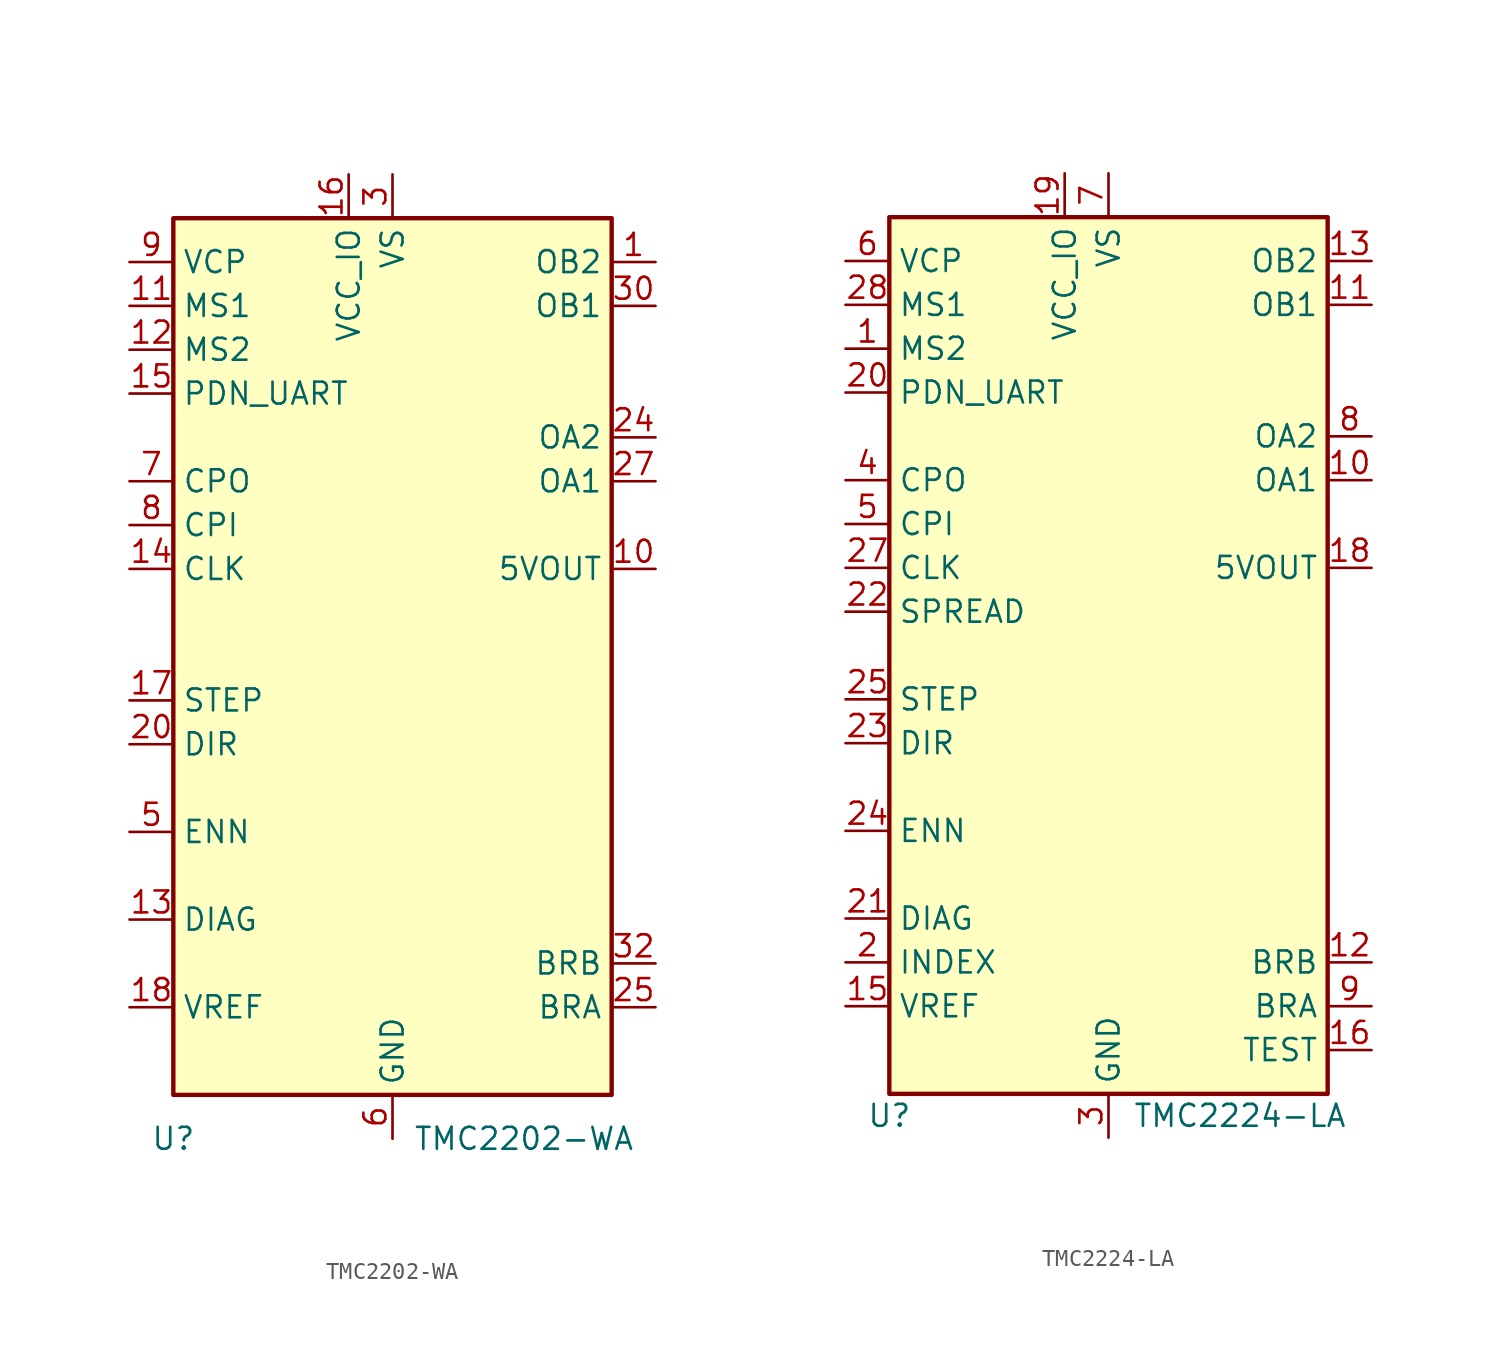
<source format=kicad_sym>
(kicad_symbol_lib
  (version 20220914)
  (generator kicad_symbol_editor)
  (symbol "TMC2202-WA"
    (property "Reference" "U"
      (at -12.7 -27.94 0)
      (effects (font (size 1.27 1.27))))
    (property "Value" "TMC2202-WA"
      (at 7.62 -27.94 0)
      (effects (font (size 1.27 1.27))))
    (symbol "TMC2202-WA_1_1"
      (rectangle (start -12.7 25.4) (end 12.7 -25.4) (stroke (width 0.254) (type default)) (fill (type background)))
      (pin output line (at 15.24 22.86 180) (length 2.54) (name "OB2" (effects (font (size 1.27 1.27)))) (number "1" (effects (font (size 1.27 1.27)))))
      (pin power_out line (at 15.24 5.08 180) (length 2.54) (name "5VOUT" (effects (font (size 1.27 1.27)))) (number "10" (effects (font (size 1.27 1.27)))))
      (pin input line (at -15.24 20.32 0) (length 2.54) (name "MS1" (effects (font (size 1.27 1.27)))) (number "11" (effects (font (size 1.27 1.27)))))
      (pin input line (at -15.24 17.78 0) (length 2.54) (name "MS2" (effects (font (size 1.27 1.27)))) (number "12" (effects (font (size 1.27 1.27)))))
      (pin output line (at -15.24 -15.24 0) (length 2.54) (name "DIAG" (effects (font (size 1.27 1.27)))) (number "13" (effects (font (size 1.27 1.27)))))
      (pin input line (at -15.24 5.08 0) (length 2.54) (name "CLK" (effects (font (size 1.27 1.27)))) (number "14" (effects (font (size 1.27 1.27)))))
      (pin bidirectional line (at -15.24 15.24 0) (length 2.54) (name "PDN_UART" (effects (font (size 1.27 1.27)))) (number "15" (effects (font (size 1.27 1.27)))))
      (pin power_in line (at -2.54 27.94 270) (length 2.54) (name "VCC_IO" (effects (font (size 1.27 1.27)))) (number "16" (effects (font (size 1.27 1.27)))))
      (pin input line (at -15.24 -2.54 0) (length 2.54) (name "STEP" (effects (font (size 1.27 1.27)))) (number "17" (effects (font (size 1.27 1.27)))))
      (pin input line (at -15.24 -20.32 0) (length 2.54) (name "VREF" (effects (font (size 1.27 1.27)))) (number "18" (effects (font (size 1.27 1.27)))))
      (pin passive line (at 0 -27.94 90) (length 2.54) hide (name "GND" (effects (font (size 1.27 1.27)))) (number "19" (effects (font (size 1.27 1.27)))))
      (pin no_connect line (at -5.08 -25.4 90) (length 2.54) hide (name "NC" (effects (font (size 1.27 1.27)))) (number "2" (effects (font (size 1.27 1.27)))))
      (pin input line (at -15.24 -5.08 0) (length 2.54) (name "DIR" (effects (font (size 1.27 1.27)))) (number "20" (effects (font (size 1.27 1.27)))))
      (pin no_connect line (at 12.7 -12.7 180) (length 2.54) hide (name "NC" (effects (font (size 1.27 1.27)))) (number "21" (effects (font (size 1.27 1.27)))))
      (pin passive line (at 0 27.94 270) (length 2.54) hide (name "VS" (effects (font (size 1.27 1.27)))) (number "22" (effects (font (size 1.27 1.27)))))
      (pin no_connect line (at 12.7 -10.16 180) (length 2.54) hide (name "NC" (effects (font (size 1.27 1.27)))) (number "23" (effects (font (size 1.27 1.27)))))
      (pin output line (at 15.24 12.7 180) (length 2.54) (name "OA2" (effects (font (size 1.27 1.27)))) (number "24" (effects (font (size 1.27 1.27)))))
      (pin passive line (at 15.24 -20.32 180) (length 2.54) (name "BRA" (effects (font (size 1.27 1.27)))) (number "25" (effects (font (size 1.27 1.27)))))
      (pin no_connect line (at 12.7 -7.62 180) (length 2.54) hide (name "NC" (effects (font (size 1.27 1.27)))) (number "26" (effects (font (size 1.27 1.27)))))
      (pin output line (at 15.24 10.16 180) (length 2.54) (name "OA1" (effects (font (size 1.27 1.27)))) (number "27" (effects (font (size 1.27 1.27)))))
      (pin no_connect line (at 12.7 -5.08 180) (length 2.54) hide (name "NC" (effects (font (size 1.27 1.27)))) (number "28" (effects (font (size 1.27 1.27)))))
      (pin no_connect line (at 12.7 -2.54 180) (length 2.54) hide (name "NC" (effects (font (size 1.27 1.27)))) (number "29" (effects (font (size 1.27 1.27)))))
      (pin power_in line (at 0 27.94 270) (length 2.54) (name "VS" (effects (font (size 1.27 1.27)))) (number "3" (effects (font (size 1.27 1.27)))))
      (pin output line (at 15.24 20.32 180) (length 2.54) (name "OB1" (effects (font (size 1.27 1.27)))) (number "30" (effects (font (size 1.27 1.27)))))
      (pin no_connect line (at 12.7 0 180) (length 2.54) hide (name "NC" (effects (font (size 1.27 1.27)))) (number "31" (effects (font (size 1.27 1.27)))))
      (pin passive line (at 15.24 -17.78 180) (length 2.54) (name "BRB" (effects (font (size 1.27 1.27)))) (number "32" (effects (font (size 1.27 1.27)))))
      (pin no_connect line (at 12.7 -15.24 180) (length 2.54) hide (name "NC" (effects (font (size 1.27 1.27)))) (number "4" (effects (font (size 1.27 1.27)))))
      (pin input line (at -15.24 -10.16 0) (length 2.54) (name "ENN" (effects (font (size 1.27 1.27)))) (number "5" (effects (font (size 1.27 1.27)))))
      (pin power_in line (at 0 -27.94 90) (length 2.54) (name "GND" (effects (font (size 1.27 1.27)))) (number "6" (effects (font (size 1.27 1.27)))))
      (pin passive line (at -15.24 10.16 0) (length 2.54) (name "CPO" (effects (font (size 1.27 1.27)))) (number "7" (effects (font (size 1.27 1.27)))))
      (pin passive line (at -15.24 7.62 0) (length 2.54) (name "CPI" (effects (font (size 1.27 1.27)))) (number "8" (effects (font (size 1.27 1.27)))))
      (pin passive line (at -15.24 22.86 0) (length 2.54) (name "VCP" (effects (font (size 1.27 1.27)))) (number "9" (effects (font (size 1.27 1.27)))))))
  (symbol "TMC2224-LA"
    (property "Reference" "U"
      (at -12.7 -26.67 0)
      (effects (font (size 1.27 1.27))))
    (property "Value" "TMC2224-LA"
      (at 7.62 -26.67 0)
      (effects (font (size 1.27 1.27))))
    (symbol "TMC2224-LA_1_1"
      (rectangle (start -12.7 25.4) (end 12.7 -25.4) (stroke (width 0.254) (type default)) (fill (type background)))
      (pin input line (at -15.24 17.78 0) (length 2.54) (name "MS2" (effects (font (size 1.27 1.27)))) (number "1" (effects (font (size 1.27 1.27)))))
      (pin output line (at 15.24 10.16 180) (length 2.54) (name "OA1" (effects (font (size 1.27 1.27)))) (number "10" (effects (font (size 1.27 1.27)))))
      (pin output line (at 15.24 20.32 180) (length 2.54) (name "OB1" (effects (font (size 1.27 1.27)))) (number "11" (effects (font (size 1.27 1.27)))))
      (pin passive line (at 15.24 -17.78 180) (length 2.54) (name "BRB" (effects (font (size 1.27 1.27)))) (number "12" (effects (font (size 1.27 1.27)))))
      (pin output line (at 15.24 22.86 180) (length 2.54) (name "OB2" (effects (font (size 1.27 1.27)))) (number "13" (effects (font (size 1.27 1.27)))))
      (pin passive line (at 0 27.94 270) (length 2.54) hide (name "VS" (effects (font (size 1.27 1.27)))) (number "14" (effects (font (size 1.27 1.27)))))
      (pin input line (at -15.24 -20.32 0) (length 2.54) (name "VREF" (effects (font (size 1.27 1.27)))) (number "15" (effects (font (size 1.27 1.27)))))
      (pin input line (at 15.24 -22.86 180) (length 2.54) (name "TEST" (effects (font (size 1.27 1.27)))) (number "16" (effects (font (size 1.27 1.27)))))
      (pin passive line (at 0 -27.94 90) (length 2.54) hide (name "GND" (effects (font (size 1.27 1.27)))) (number "17" (effects (font (size 1.27 1.27)))))
      (pin power_out line (at 15.24 5.08 180) (length 2.54) (name "5VOUT" (effects (font (size 1.27 1.27)))) (number "18" (effects (font (size 1.27 1.27)))))
      (pin power_in line (at -2.54 27.94 270) (length 2.54) (name "VCC_IO" (effects (font (size 1.27 1.27)))) (number "19" (effects (font (size 1.27 1.27)))))
      (pin output line (at -15.24 -17.78 0) (length 2.54) (name "INDEX" (effects (font (size 1.27 1.27)))) (number "2" (effects (font (size 1.27 1.27)))))
      (pin bidirectional line (at -15.24 15.24 0) (length 2.54) (name "PDN_UART" (effects (font (size 1.27 1.27)))) (number "20" (effects (font (size 1.27 1.27)))))
      (pin output line (at -15.24 -15.24 0) (length 2.54) (name "DIAG" (effects (font (size 1.27 1.27)))) (number "21" (effects (font (size 1.27 1.27)))))
      (pin input line (at -15.24 2.54 0) (length 2.54) (name "SPREAD" (effects (font (size 1.27 1.27)))) (number "22" (effects (font (size 1.27 1.27)))))
      (pin input line (at -15.24 -5.08 0) (length 2.54) (name "DIR" (effects (font (size 1.27 1.27)))) (number "23" (effects (font (size 1.27 1.27)))))
      (pin input line (at -15.24 -10.16 0) (length 2.54) (name "ENN" (effects (font (size 1.27 1.27)))) (number "24" (effects (font (size 1.27 1.27)))))
      (pin input line (at -15.24 -2.54 0) (length 2.54) (name "STEP" (effects (font (size 1.27 1.27)))) (number "25" (effects (font (size 1.27 1.27)))))
      (pin no_connect line (at 12.7 -2.54 180) (length 2.54) hide (name "NC" (effects (font (size 1.27 1.27)))) (number "26" (effects (font (size 1.27 1.27)))))
      (pin input line (at -15.24 5.08 0) (length 2.54) (name "CLK" (effects (font (size 1.27 1.27)))) (number "27" (effects (font (size 1.27 1.27)))))
      (pin input line (at -15.24 20.32 0) (length 2.54) (name "MS1" (effects (font (size 1.27 1.27)))) (number "28" (effects (font (size 1.27 1.27)))))
      (pin power_in line (at 0 -27.94 90) (length 2.54) (name "GND" (effects (font (size 1.27 1.27)))) (number "3" (effects (font (size 1.27 1.27)))))
      (pin passive line (at -15.24 10.16 0) (length 2.54) (name "CPO" (effects (font (size 1.27 1.27)))) (number "4" (effects (font (size 1.27 1.27)))))
      (pin passive line (at -15.24 7.62 0) (length 2.54) (name "CPI" (effects (font (size 1.27 1.27)))) (number "5" (effects (font (size 1.27 1.27)))))
      (pin passive line (at -15.24 22.86 0) (length 2.54) (name "VCP" (effects (font (size 1.27 1.27)))) (number "6" (effects (font (size 1.27 1.27)))))
      (pin power_in line (at 0 27.94 270) (length 2.54) (name "VS" (effects (font (size 1.27 1.27)))) (number "7" (effects (font (size 1.27 1.27)))))
      (pin output line (at 15.24 12.7 180) (length 2.54) (name "OA2" (effects (font (size 1.27 1.27)))) (number "8" (effects (font (size 1.27 1.27)))))
      (pin passive line (at 15.24 -20.32 180) (length 2.54) (name "BRA" (effects (font (size 1.27 1.27)))) (number "9" (effects (font (size 1.27 1.27))))))))
</source>
